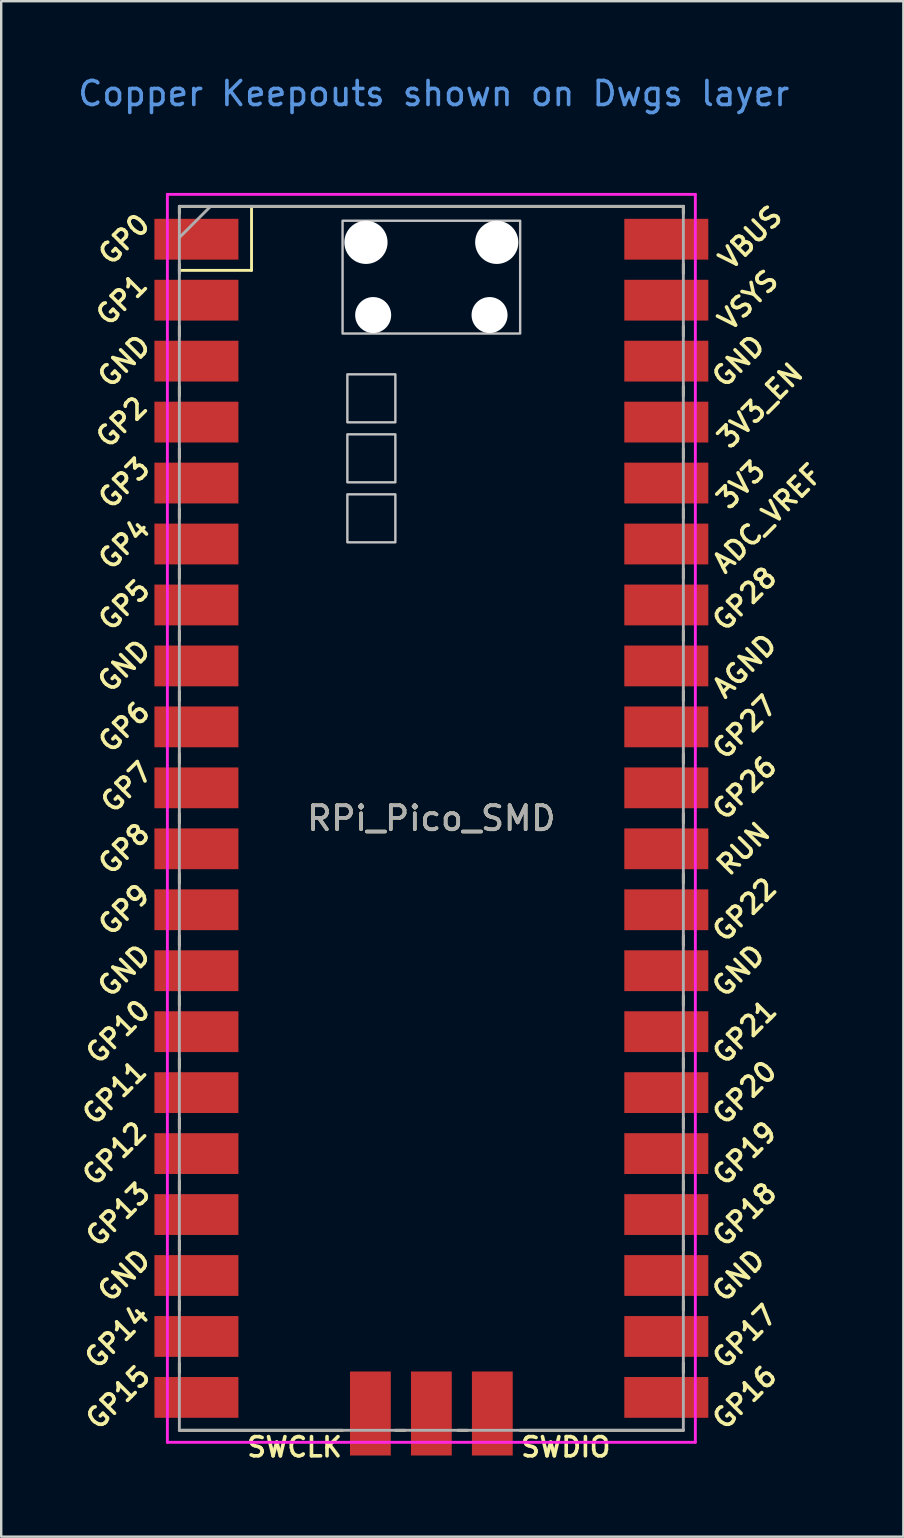
<source format=kicad_pcb>
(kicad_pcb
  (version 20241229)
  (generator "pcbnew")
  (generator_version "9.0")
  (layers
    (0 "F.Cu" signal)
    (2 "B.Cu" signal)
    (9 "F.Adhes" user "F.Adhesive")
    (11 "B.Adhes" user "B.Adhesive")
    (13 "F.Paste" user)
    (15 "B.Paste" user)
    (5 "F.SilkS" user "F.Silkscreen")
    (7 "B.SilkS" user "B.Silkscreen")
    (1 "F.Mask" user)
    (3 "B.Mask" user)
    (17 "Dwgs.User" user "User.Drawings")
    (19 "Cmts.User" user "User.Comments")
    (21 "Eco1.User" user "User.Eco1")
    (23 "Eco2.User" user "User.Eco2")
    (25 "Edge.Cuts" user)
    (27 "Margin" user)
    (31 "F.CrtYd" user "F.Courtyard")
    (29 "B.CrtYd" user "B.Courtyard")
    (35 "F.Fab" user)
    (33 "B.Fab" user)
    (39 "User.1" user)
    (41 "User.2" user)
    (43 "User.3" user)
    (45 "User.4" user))
  (footprint "RPi_Pico_SMD"
    (layer "F.Cu")
    (at 14.924 31.048)
    (property "Reference" "RPi_Pico_SMD" (at 0 0 0) (layer "F.SilkS") (effects (font (size 1 1) (thickness 0.15))))
    (attr smd)
    (fp_line (start -10.5 -25.5) (end -10.5 -25.2) (stroke (width 0.12) (type solid)) (layer "F.SilkS"))
    (fp_line (start -10.5 -25.5) (end 10.5 -25.5) (stroke (width 0.12) (type solid)) (layer "F.SilkS"))
    (fp_line (start -10.5 -23.1) (end -10.5 -22.7) (stroke (width 0.12) (type solid)) (layer "F.SilkS"))
    (fp_line (start -10.5 -22.833) (end -7.493 -22.833) (stroke (width 0.12) (type solid)) (layer "F.SilkS"))
    (fp_line (start -10.5 -20.5) (end -10.5 -20.1) (stroke (width 0.12) (type solid)) (layer "F.SilkS"))
    (fp_line (start -10.5 -18) (end -10.5 -17.6) (stroke (width 0.12) (type solid)) (layer "F.SilkS"))
    (fp_line (start -10.5 -15.4) (end -10.5 -15) (stroke (width 0.12) (type solid)) (layer "F.SilkS"))
    (fp_line (start -10.5 -12.9) (end -10.5 -12.5) (stroke (width 0.12) (type solid)) (layer "F.SilkS"))
    (fp_line (start -10.5 -10.4) (end -10.5 -10) (stroke (width 0.12) (type solid)) (layer "F.SilkS"))
    (fp_line (start -10.5 -7.8) (end -10.5 -7.4) (stroke (width 0.12) (type solid)) (layer "F.SilkS"))
    (fp_line (start -10.5 -5.3) (end -10.5 -4.9) (stroke (width 0.12) (type solid)) (layer "F.SilkS"))
    (fp_line (start -10.5 -2.7) (end -10.5 -2.3) (stroke (width 0.12) (type solid)) (layer "F.SilkS"))
    (fp_line (start -10.5 -0.2) (end -10.5 0.2) (stroke (width 0.12) (type solid)) (layer "F.SilkS"))
    (fp_line (start -10.5 2.3) (end -10.5 2.7) (stroke (width 0.12) (type solid)) (layer "F.SilkS"))
    (fp_line (start -10.5 4.9) (end -10.5 5.3) (stroke (width 0.12) (type solid)) (layer "F.SilkS"))
    (fp_line (start -10.5 7.4) (end -10.5 7.8) (stroke (width 0.12) (type solid)) (layer "F.SilkS"))
    (fp_line (start -10.5 10) (end -10.5 10.4) (stroke (width 0.12) (type solid)) (layer "F.SilkS"))
    (fp_line (start -10.5 12.5) (end -10.5 12.9) (stroke (width 0.12) (type solid)) (layer "F.SilkS"))
    (fp_line (start -10.5 15.1) (end -10.5 15.5) (stroke (width 0.12) (type solid)) (layer "F.SilkS"))
    (fp_line (start -10.5 17.6) (end -10.5 18) (stroke (width 0.12) (type solid)) (layer "F.SilkS"))
    (fp_line (start -10.5 20.1) (end -10.5 20.5) (stroke (width 0.12) (type solid)) (layer "F.SilkS"))
    (fp_line (start -10.5 22.7) (end -10.5 23.1) (stroke (width 0.12) (type solid)) (layer "F.SilkS"))
    (fp_line (start -7.493 -22.833) (end -7.493 -25.5) (stroke (width 0.12) (type solid)) (layer "F.SilkS"))
    (fp_line (start -3.7 25.5) (end -10.5 25.5) (stroke (width 0.12) (type solid)) (layer "F.SilkS"))
    (fp_line (start -1.5 25.5) (end -1.1 25.5) (stroke (width 0.12) (type solid)) (layer "F.SilkS"))
    (fp_line (start 1.1 25.5) (end 1.5 25.5) (stroke (width 0.12) (type solid)) (layer "F.SilkS"))
    (fp_line (start 10.5 -25.5) (end 10.5 -25.2) (stroke (width 0.12) (type solid)) (layer "F.SilkS"))
    (fp_line (start 10.5 -23.1) (end 10.5 -22.7) (stroke (width 0.12) (type solid)) (layer "F.SilkS"))
    (fp_line (start 10.5 -20.5) (end 10.5 -20.1) (stroke (width 0.12) (type solid)) (layer "F.SilkS"))
    (fp_line (start 10.5 -18) (end 10.5 -17.6) (stroke (width 0.12) (type solid)) (layer "F.SilkS"))
    (fp_line (start 10.5 -15.4) (end 10.5 -15) (stroke (width 0.12) (type solid)) (layer "F.SilkS"))
    (fp_line (start 10.5 -12.9) (end 10.5 -12.5) (stroke (width 0.12) (type solid)) (layer "F.SilkS"))
    (fp_line (start 10.5 -10.4) (end 10.5 -10) (stroke (width 0.12) (type solid)) (layer "F.SilkS"))
    (fp_line (start 10.5 -7.8) (end 10.5 -7.4) (stroke (width 0.12) (type solid)) (layer "F.SilkS"))
    (fp_line (start 10.5 -5.3) (end 10.5 -4.9) (stroke (width 0.12) (type solid)) (layer "F.SilkS"))
    (fp_line (start 10.5 -2.7) (end 10.5 -2.3) (stroke (width 0.12) (type solid)) (layer "F.SilkS"))
    (fp_line (start 10.5 -0.2) (end 10.5 0.2) (stroke (width 0.12) (type solid)) (layer "F.SilkS"))
    (fp_line (start 10.5 2.3) (end 10.5 2.7) (stroke (width 0.12) (type solid)) (layer "F.SilkS"))
    (fp_line (start 10.5 4.9) (end 10.5 5.3) (stroke (width 0.12) (type solid)) (layer "F.SilkS"))
    (fp_line (start 10.5 7.4) (end 10.5 7.8) (stroke (width 0.12) (type solid)) (layer "F.SilkS"))
    (fp_line (start 10.5 10) (end 10.5 10.4) (stroke (width 0.12) (type solid)) (layer "F.SilkS"))
    (fp_line (start 10.5 12.5) (end 10.5 12.9) (stroke (width 0.12) (type solid)) (layer "F.SilkS"))
    (fp_line (start 10.5 15.1) (end 10.5 15.5) (stroke (width 0.12) (type solid)) (layer "F.SilkS"))
    (fp_line (start 10.5 17.6) (end 10.5 18) (stroke (width 0.12) (type solid)) (layer "F.SilkS"))
    (fp_line (start 10.5 20.1) (end 10.5 20.5) (stroke (width 0.12) (type solid)) (layer "F.SilkS"))
    (fp_line (start 10.5 22.7) (end 10.5 23.1) (stroke (width 0.12) (type solid)) (layer "F.SilkS"))
    (fp_line (start 10.5 25.5) (end 3.7 25.5) (stroke (width 0.12) (type solid)) (layer "F.SilkS"))
    (fp_poly (pts (xy -1.5 -16.5) (xy -3.5 -16.5) (xy -3.5 -18.5) (xy -1.5 -18.5)) (stroke (width 0.1) (type solid)) (fill no) (layer "Dwgs.User"))
    (fp_poly (pts (xy -1.5 -14) (xy -3.5 -14) (xy -3.5 -16) (xy -1.5 -16)) (stroke (width 0.1) (type solid)) (fill no) (layer "Dwgs.User"))
    (fp_poly (pts (xy -1.5 -11.5) (xy -3.5 -11.5) (xy -3.5 -13.5) (xy -1.5 -13.5)) (stroke (width 0.1) (type solid)) (fill no) (layer "Dwgs.User"))
    (fp_poly (pts (xy 3.7 -20.2) (xy -3.7 -20.2) (xy -3.7 -24.9) (xy 3.7 -24.9)) (stroke (width 0.1) (type solid)) (fill no) (layer "Dwgs.User"))
    (fp_line (start -11 -26) (end 11 -26) (stroke (width 0.12) (type solid)) (layer "F.CrtYd"))
    (fp_line (start -11 26) (end -11 -26) (stroke (width 0.12) (type solid)) (layer "F.CrtYd"))
    (fp_line (start 11 -26) (end 11 26) (stroke (width 0.12) (type solid)) (layer "F.CrtYd"))
    (fp_line (start 11 26) (end -11 26) (stroke (width 0.12) (type solid)) (layer "F.CrtYd"))
    (fp_line (start -10.5 -25.5) (end 10.5 -25.5) (stroke (width 0.12) (type solid)) (layer "F.Fab"))
    (fp_line (start -10.5 -24.2) (end -9.2 -25.5) (stroke (width 0.12) (type solid)) (layer "F.Fab"))
    (fp_line (start -10.5 25.5) (end -10.5 -25.5) (stroke (width 0.12) (type solid)) (layer "F.Fab"))
    (fp_line (start 10.5 -25.5) (end 10.5 25.5) (stroke (width 0.12) (type solid)) (layer "F.Fab"))
    (fp_line (start 10.5 25.5) (end -10.5 25.5) (stroke (width 0.12) (type solid)) (layer "F.Fab"))
    (fp_text user "GND" (at 12.8 19.05 45) (layer "F.SilkS") (effects (font (size 0.8 0.8) (thickness 0.15))))
    (fp_text user "ADC_VREF" (at 14 -12.5 45) (layer "F.SilkS") (effects (font (size 0.8 0.8) (thickness 0.15))))
    (fp_text user "GND" (at -12.8 6.35 45) (layer "F.SilkS") (effects (font (size 0.8 0.8) (thickness 0.15))))
    (fp_text user "GP9" (at -12.8 3.81 45) (layer "F.SilkS") (effects (font (size 0.8 0.8) (thickness 0.15))))
    (fp_text user "GP4" (at -12.8 -11.43 45) (layer "F.SilkS") (effects (font (size 0.8 0.8) (thickness 0.15))))
    (fp_text user "GP26" (at 13.054 -1.27 45) (layer "F.SilkS") (effects (font (size 0.8 0.8) (thickness 0.15))))
    (fp_text user "GP14" (at -13.1 21.59 45) (layer "F.SilkS") (effects (font (size 0.8 0.8) (thickness 0.15))))
    (fp_text user "GP5" (at -12.8 -8.89 45) (layer "F.SilkS") (effects (font (size 0.8 0.8) (thickness 0.15))))
    (fp_text user "VSYS" (at 13.2 -21.59 45) (layer "F.SilkS") (effects (font (size 0.8 0.8) (thickness 0.15))))
    (fp_text user "GP12" (at -13.2 13.97 45) (layer "F.SilkS") (effects (font (size 0.8 0.8) (thickness 0.15))))
    (fp_text user "GP27" (at 13.054 -3.8 45) (layer "F.SilkS") (effects (font (size 0.8 0.8) (thickness 0.15))))
    (fp_text user "3V3_EN" (at 13.7 -17.2 45) (layer "F.SilkS") (effects (font (size 0.8 0.8) (thickness 0.15))))
    (fp_text user "GP10" (at -13.054 8.89 45) (layer "F.SilkS") (effects (font (size 0.8 0.8) (thickness 0.15))))
    (fp_text user "GP13" (at -13.054 16.51 45) (layer "F.SilkS") (effects (font (size 0.8 0.8) (thickness 0.15))))
    (fp_text user "GP18" (at 13.054 16.51 45) (layer "F.SilkS") (effects (font (size 0.8 0.8) (thickness 0.15))))
    (fp_text user "GND" (at -12.8 -6.35 45) (layer "F.SilkS") (effects (font (size 0.8 0.8) (thickness 0.15))))
    (fp_text user "GND" (at -12.8 19.05 45) (layer "F.SilkS") (effects (font (size 0.8 0.8) (thickness 0.15))))
    (fp_text user "GP1" (at -12.9 -21.6 45) (layer "F.SilkS") (effects (font (size 0.8 0.8) (thickness 0.15))))
    (fp_text user "GP16" (at 13.054 24.13 45) (layer "F.SilkS") (effects (font (size 0.8 0.8) (thickness 0.15))))
    (fp_text user "GP3" (at -12.8 -13.97 45) (layer "F.SilkS") (effects (font (size 0.8 0.8) (thickness 0.15))))
    (fp_text user "SWDIO" (at 5.6 26.2 0) (layer "F.SilkS") (effects (font (size 0.8 0.8) (thickness 0.15))))
    (fp_text user "AGND" (at 13.054 -6.35 45) (layer "F.SilkS") (effects (font (size 0.8 0.8) (thickness 0.15))))
    (fp_text user "GP19" (at 13.054 13.97 45) (layer "F.SilkS") (effects (font (size 0.8 0.8) (thickness 0.15))))
    (fp_text user "GP6" (at -12.8 -3.81 45) (layer "F.SilkS") (effects (font (size 0.8 0.8) (thickness 0.15))))
    (fp_text user "GND" (at 12.8 6.35 45) (layer "F.SilkS") (effects (font (size 0.8 0.8) (thickness 0.15))))
    (fp_text user "GP22" (at 13.054 3.81 45) (layer "F.SilkS") (effects (font (size 0.8 0.8) (thickness 0.15))))
    (fp_text user "GP15" (at -13.054 24.13 45) (layer "F.SilkS") (effects (font (size 0.8 0.8) (thickness 0.15))))
    (fp_text user "GND" (at -12.8 -19.05 45) (layer "F.SilkS") (effects (font (size 0.8 0.8) (thickness 0.15))))
    (fp_text user "GP11" (at -13.2 11.43 45) (layer "F.SilkS") (effects (font (size 0.8 0.8) (thickness 0.15))))
    (fp_text user "GP0" (at -12.8 -24.13 45) (layer "F.SilkS") (effects (font (size 0.8 0.8) (thickness 0.15))))
    (fp_text user "RUN" (at 13 1.27 45) (layer "F.SilkS") (effects (font (size 0.8 0.8) (thickness 0.15))))
    (fp_text user "SWCLK" (at -5.7 26.2 0) (layer "F.SilkS") (effects (font (size 0.8 0.8) (thickness 0.15))))
    (fp_text user "VBUS" (at 13.3 -24.2 45) (layer "F.SilkS") (effects (font (size 0.8 0.8) (thickness 0.15))))
    (fp_text user "GP20" (at 13.054 11.43 45) (layer "F.SilkS") (effects (font (size 0.8 0.8) (thickness 0.15))))
    (fp_text user "GP8" (at -12.8 1.27 45) (layer "F.SilkS") (effects (font (size 0.8 0.8) (thickness 0.15))))
    (fp_text user "3V3" (at 12.9 -13.9 45) (layer "F.SilkS") (effects (font (size 0.8 0.8) (thickness 0.15))))
    (fp_text user "GP2" (at -12.9 -16.51 45) (layer "F.SilkS") (effects (font (size 0.8 0.8) (thickness 0.15))))
    (fp_text user "GP28" (at 13.054 -9.144 45) (layer "F.SilkS") (effects (font (size 0.8 0.8) (thickness 0.15))))
    (fp_text user "GP17" (at 13.054 21.59 45) (layer "F.SilkS") (effects (font (size 0.8 0.8) (thickness 0.15))))
    (fp_text user "GND" (at 12.8 -19.05 45) (layer "F.SilkS") (effects (font (size 0.8 0.8) (thickness 0.15))))
    (fp_text user "GP7" (at -12.7 -1.3 45) (layer "F.SilkS") (effects (font (size 0.8 0.8) (thickness 0.15))))
    (fp_text user "GP21" (at 13.054 8.9 45) (layer "F.SilkS") (effects (font (size 0.8 0.8) (thickness 0.15))))
    (fp_text user "Copper Keepouts shown on Dwgs layer" (at 0.1 -30.2 0) (layer "Cmts.User") (effects (font (size 1 1) (thickness 0.15))))
    (fp_text user "${REFERENCE}" (at 0 0 180) (layer "F.Fab") (effects (font (size 1 1) (thickness 0.15))))
    (pad "" np_thru_hole oval (at -2.725 -24) (size 1.8 1.8) (drill 1.8) (layers "*.Cu" "*.Mask"))
    (pad "" np_thru_hole oval (at -2.425 -20.97) (size 1.5 1.5) (drill 1.5) (layers "*.Cu" "*.Mask"))
    (pad "" np_thru_hole oval (at 2.425 -20.97) (size 1.5 1.5) (drill 1.5) (layers "*.Cu" "*.Mask"))
    (pad "" np_thru_hole oval (at 2.725 -24) (size 1.8 1.8) (drill 1.8) (layers "*.Cu" "*.Mask"))
    (pad "1" smd rect (at -8.89 -24.13) (size 3.5 1.7) (drill (offset -0.9 0)) (layers "F.Cu" "F.Mask"))
    (pad "2" smd rect (at -8.89 -21.59) (size 3.5 1.7) (drill (offset -0.9 0)) (layers "F.Cu" "F.Mask"))
    (pad "3" smd rect (at -8.89 -19.05) (size 3.5 1.7) (drill (offset -0.9 0)) (layers "F.Cu" "F.Mask"))
    (pad "4" smd rect (at -8.89 -16.51) (size 3.5 1.7) (drill (offset -0.9 0)) (layers "F.Cu" "F.Mask"))
    (pad "5" smd rect (at -8.89 -13.97) (size 3.5 1.7) (drill (offset -0.9 0)) (layers "F.Cu" "F.Mask"))
    (pad "6" smd rect (at -8.89 -11.43) (size 3.5 1.7) (drill (offset -0.9 0)) (layers "F.Cu" "F.Mask"))
    (pad "7" smd rect (at -8.89 -8.89) (size 3.5 1.7) (drill (offset -0.9 0)) (layers "F.Cu" "F.Mask"))
    (pad "8" smd rect (at -8.89 -6.35) (size 3.5 1.7) (drill (offset -0.9 0)) (layers "F.Cu" "F.Mask"))
    (pad "9" smd rect (at -8.89 -3.81) (size 3.5 1.7) (drill (offset -0.9 0)) (layers "F.Cu" "F.Mask"))
    (pad "10" smd rect (at -8.89 -1.27) (size 3.5 1.7) (drill (offset -0.9 0)) (layers "F.Cu" "F.Mask"))
    (pad "11" smd rect (at -8.89 1.27) (size 3.5 1.7) (drill (offset -0.9 0)) (layers "F.Cu" "F.Mask"))
    (pad "12" smd rect (at -8.89 3.81) (size 3.5 1.7) (drill (offset -0.9 0)) (layers "F.Cu" "F.Mask"))
    (pad "13" smd rect (at -8.89 6.35) (size 3.5 1.7) (drill (offset -0.9 0)) (layers "F.Cu" "F.Mask"))
    (pad "14" smd rect (at -8.89 8.89) (size 3.5 1.7) (drill (offset -0.9 0)) (layers "F.Cu" "F.Mask"))
    (pad "15" smd rect (at -8.89 11.43) (size 3.5 1.7) (drill (offset -0.9 0)) (layers "F.Cu" "F.Mask"))
    (pad "16" smd rect (at -8.89 13.97) (size 3.5 1.7) (drill (offset -0.9 0)) (layers "F.Cu" "F.Mask"))
    (pad "17" smd rect (at -8.89 16.51) (size 3.5 1.7) (drill (offset -0.9 0)) (layers "F.Cu" "F.Mask"))
    (pad "18" smd rect (at -8.89 19.05) (size 3.5 1.7) (drill (offset -0.9 0)) (layers "F.Cu" "F.Mask"))
    (pad "19" smd rect (at -8.89 21.59) (size 3.5 1.7) (drill (offset -0.9 0)) (layers "F.Cu" "F.Mask"))
    (pad "20" smd rect (at -8.89 24.13) (size 3.5 1.7) (drill (offset -0.9 0)) (layers "F.Cu" "F.Mask"))
    (pad "21" smd rect (at 8.89 24.13) (size 3.5 1.7) (drill (offset 0.9 0)) (layers "F.Cu" "F.Mask"))
    (pad "22" smd rect (at 8.89 21.59) (size 3.5 1.7) (drill (offset 0.9 0)) (layers "F.Cu" "F.Mask"))
    (pad "23" smd rect (at 8.89 19.05) (size 3.5 1.7) (drill (offset 0.9 0)) (layers "F.Cu" "F.Mask"))
    (pad "24" smd rect (at 8.89 16.51) (size 3.5 1.7) (drill (offset 0.9 0)) (layers "F.Cu" "F.Mask"))
    (pad "25" smd rect (at 8.89 13.97) (size 3.5 1.7) (drill (offset 0.9 0)) (layers "F.Cu" "F.Mask"))
    (pad "26" smd rect (at 8.89 11.43) (size 3.5 1.7) (drill (offset 0.9 0)) (layers "F.Cu" "F.Mask"))
    (pad "27" smd rect (at 8.89 8.89) (size 3.5 1.7) (drill (offset 0.9 0)) (layers "F.Cu" "F.Mask"))
    (pad "28" smd rect (at 8.89 6.35) (size 3.5 1.7) (drill (offset 0.9 0)) (layers "F.Cu" "F.Mask"))
    (pad "29" smd rect (at 8.89 3.81) (size 3.5 1.7) (drill (offset 0.9 0)) (layers "F.Cu" "F.Mask"))
    (pad "30" smd rect (at 8.89 1.27) (size 3.5 1.7) (drill (offset 0.9 0)) (layers "F.Cu" "F.Mask"))
    (pad "31" smd rect (at 8.89 -1.27) (size 3.5 1.7) (drill (offset 0.9 0)) (layers "F.Cu" "F.Mask"))
    (pad "32" smd rect (at 8.89 -3.81) (size 3.5 1.7) (drill (offset 0.9 0)) (layers "F.Cu" "F.Mask"))
    (pad "33" smd rect (at 8.89 -6.35) (size 3.5 1.7) (drill (offset 0.9 0)) (layers "F.Cu" "F.Mask"))
    (pad "34" smd rect (at 8.89 -8.89) (size 3.5 1.7) (drill (offset 0.9 0)) (layers "F.Cu" "F.Mask"))
    (pad "35" smd rect (at 8.89 -11.43) (size 3.5 1.7) (drill (offset 0.9 0)) (layers "F.Cu" "F.Mask"))
    (pad "36" smd rect (at 8.89 -13.97) (size 3.5 1.7) (drill (offset 0.9 0)) (layers "F.Cu" "F.Mask"))
    (pad "37" smd rect (at 8.89 -16.51) (size 3.5 1.7) (drill (offset 0.9 0)) (layers "F.Cu" "F.Mask"))
    (pad "38" smd rect (at 8.89 -19.05) (size 3.5 1.7) (drill (offset 0.9 0)) (layers "F.Cu" "F.Mask"))
    (pad "39" smd rect (at 8.89 -21.59) (size 3.5 1.7) (drill (offset 0.9 0)) (layers "F.Cu" "F.Mask"))
    (pad "40" smd rect (at 8.89 -24.13) (size 3.5 1.7) (drill (offset 0.9 0)) (layers "F.Cu" "F.Mask"))
    (pad "41" smd rect (at -2.54 23.9 90) (size 3.5 1.7) (drill (offset -0.9 0)) (layers "F.Cu" "F.Mask"))
    (pad "42" smd rect (at 0 23.9 90) (size 3.5 1.7) (drill (offset -0.9 0)) (layers "F.Cu" "F.Mask"))
    (pad "43" smd rect (at 2.54 23.9 90) (size 3.5 1.7) (drill (offset -0.9 0)) (layers "F.Cu" "F.Mask")))
  (gr_rect
    (start -3 -3)
    (end 34.591 60.98)
    (stroke (width 0.1) (type default))
    (fill no)
    (layer "Edge.Cuts")))
</source>
